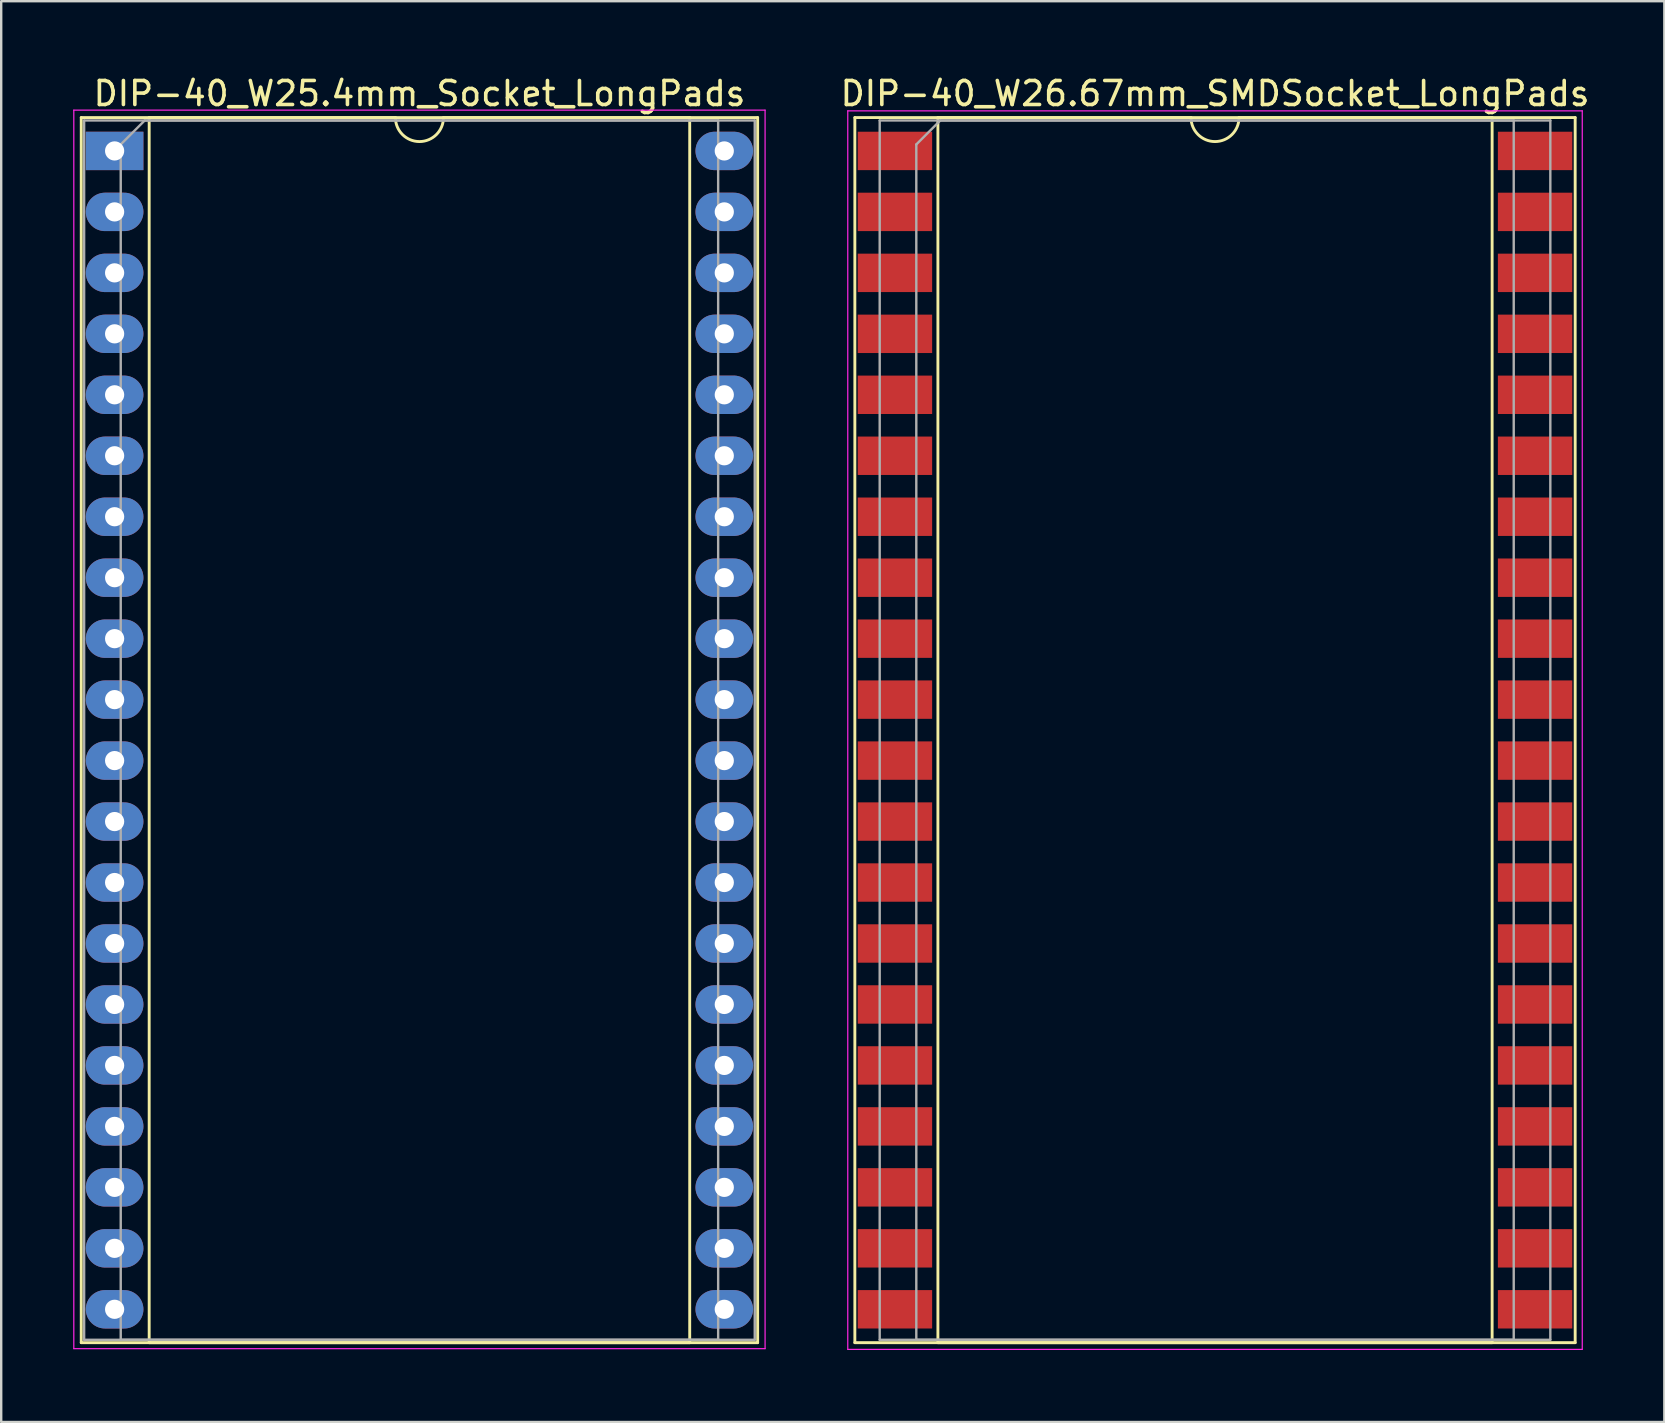
<source format=kicad_pcb>
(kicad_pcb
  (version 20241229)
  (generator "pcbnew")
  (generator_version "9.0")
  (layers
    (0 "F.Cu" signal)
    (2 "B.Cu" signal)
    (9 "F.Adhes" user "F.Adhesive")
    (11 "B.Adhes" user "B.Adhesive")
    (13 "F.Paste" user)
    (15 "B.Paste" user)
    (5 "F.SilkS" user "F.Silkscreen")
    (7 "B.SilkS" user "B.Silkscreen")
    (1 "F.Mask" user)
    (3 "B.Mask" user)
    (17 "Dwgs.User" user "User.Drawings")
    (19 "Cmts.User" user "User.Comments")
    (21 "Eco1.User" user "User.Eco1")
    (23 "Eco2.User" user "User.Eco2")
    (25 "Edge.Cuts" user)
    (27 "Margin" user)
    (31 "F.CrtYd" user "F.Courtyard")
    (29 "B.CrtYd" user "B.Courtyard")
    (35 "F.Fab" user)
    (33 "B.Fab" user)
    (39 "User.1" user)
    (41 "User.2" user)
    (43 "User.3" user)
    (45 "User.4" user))
  (footprint "DIP-40_W25.4mm_Socket_LongPads"
    (layer "F.Cu")
    (at 1.725 3.238)
    (property "Reference" "DIP-40_W25.4mm_Socket_LongPads" (at 12.7 -2.39 0) (layer "F.SilkS") (effects (font (size 1 1) (thickness 0.15))))
    (attr through_hole)
    (fp_line (start -1.39 -1.39) (end -1.39 49.65) (stroke (width 0.12) (type solid)) (layer "F.SilkS"))
    (fp_line (start -1.39 49.65) (end 26.79 49.65) (stroke (width 0.12) (type solid)) (layer "F.SilkS"))
    (fp_line (start 1.44 -1.39) (end 1.44 49.65) (stroke (width 0.12) (type solid)) (layer "F.SilkS"))
    (fp_line (start 1.44 49.65) (end 23.96 49.65) (stroke (width 0.12) (type solid)) (layer "F.SilkS"))
    (fp_line (start 11.7 -1.39) (end 1.44 -1.39) (stroke (width 0.12) (type solid)) (layer "F.SilkS"))
    (fp_line (start 23.96 -1.39) (end 13.7 -1.39) (stroke (width 0.12) (type solid)) (layer "F.SilkS"))
    (fp_line (start 23.96 49.65) (end 23.96 -1.39) (stroke (width 0.12) (type solid)) (layer "F.SilkS"))
    (fp_line (start 26.79 -1.39) (end -1.39 -1.39) (stroke (width 0.12) (type solid)) (layer "F.SilkS"))
    (fp_line (start 26.79 49.65) (end 26.79 -1.39) (stroke (width 0.12) (type solid)) (layer "F.SilkS"))
    (fp_arc (start 13.7 -1.39) (mid 12.7 -0.39) (end 11.7 -1.39) (stroke (width 0.12) (type solid)) (layer "F.SilkS"))
    (fp_line (start -1.7 -1.7) (end -1.7 49.9) (stroke (width 0.05) (type solid)) (layer "F.CrtYd"))
    (fp_line (start -1.7 49.9) (end 27.1 49.9) (stroke (width 0.05) (type solid)) (layer "F.CrtYd"))
    (fp_line (start 27.1 -1.7) (end -1.7 -1.7) (stroke (width 0.05) (type solid)) (layer "F.CrtYd"))
    (fp_line (start 27.1 49.9) (end 27.1 -1.7) (stroke (width 0.05) (type solid)) (layer "F.CrtYd"))
    (fp_line (start -1.27 -1.27) (end -1.27 49.53) (stroke (width 0.1) (type solid)) (layer "F.Fab"))
    (fp_line (start -1.27 49.53) (end 26.67 49.53) (stroke (width 0.1) (type solid)) (layer "F.Fab"))
    (fp_line (start 0.255 -0.27) (end 1.255 -1.27) (stroke (width 0.1) (type solid)) (layer "F.Fab"))
    (fp_line (start 0.255 49.53) (end 0.255 -0.27) (stroke (width 0.1) (type solid)) (layer "F.Fab"))
    (fp_line (start 1.255 -1.27) (end 25.145 -1.27) (stroke (width 0.1) (type solid)) (layer "F.Fab"))
    (fp_line (start 25.145 -1.27) (end 25.145 49.53) (stroke (width 0.1) (type solid)) (layer "F.Fab"))
    (fp_line (start 25.145 49.53) (end 0.255 49.53) (stroke (width 0.1) (type solid)) (layer "F.Fab"))
    (fp_line (start 26.67 -1.27) (end -1.27 -1.27) (stroke (width 0.1) (type solid)) (layer "F.Fab"))
    (fp_line (start 26.67 49.53) (end 26.67 -1.27) (stroke (width 0.1) (type solid)) (layer "F.Fab"))
    (pad "1" thru_hole rect (at 0 0) (size 2.4 1.6) (drill 0.8) (layers "*.Cu" "*.Mask"))
    (pad "2" thru_hole oval (at 0 2.54) (size 2.4 1.6) (drill 0.8) (layers "*.Cu" "*.Mask"))
    (pad "3" thru_hole oval (at 0 5.08) (size 2.4 1.6) (drill 0.8) (layers "*.Cu" "*.Mask"))
    (pad "4" thru_hole oval (at 0 7.62) (size 2.4 1.6) (drill 0.8) (layers "*.Cu" "*.Mask"))
    (pad "5" thru_hole oval (at 0 10.16) (size 2.4 1.6) (drill 0.8) (layers "*.Cu" "*.Mask"))
    (pad "6" thru_hole oval (at 0 12.7) (size 2.4 1.6) (drill 0.8) (layers "*.Cu" "*.Mask"))
    (pad "7" thru_hole oval (at 0 15.24) (size 2.4 1.6) (drill 0.8) (layers "*.Cu" "*.Mask"))
    (pad "8" thru_hole oval (at 0 17.78) (size 2.4 1.6) (drill 0.8) (layers "*.Cu" "*.Mask"))
    (pad "9" thru_hole oval (at 0 20.32) (size 2.4 1.6) (drill 0.8) (layers "*.Cu" "*.Mask"))
    (pad "10" thru_hole oval (at 0 22.86) (size 2.4 1.6) (drill 0.8) (layers "*.Cu" "*.Mask"))
    (pad "11" thru_hole oval (at 0 25.4) (size 2.4 1.6) (drill 0.8) (layers "*.Cu" "*.Mask"))
    (pad "12" thru_hole oval (at 0 27.94) (size 2.4 1.6) (drill 0.8) (layers "*.Cu" "*.Mask"))
    (pad "13" thru_hole oval (at 0 30.48) (size 2.4 1.6) (drill 0.8) (layers "*.Cu" "*.Mask"))
    (pad "14" thru_hole oval (at 0 33.02) (size 2.4 1.6) (drill 0.8) (layers "*.Cu" "*.Mask"))
    (pad "15" thru_hole oval (at 0 35.56) (size 2.4 1.6) (drill 0.8) (layers "*.Cu" "*.Mask"))
    (pad "16" thru_hole oval (at 0 38.1) (size 2.4 1.6) (drill 0.8) (layers "*.Cu" "*.Mask"))
    (pad "17" thru_hole oval (at 0 40.64) (size 2.4 1.6) (drill 0.8) (layers "*.Cu" "*.Mask"))
    (pad "18" thru_hole oval (at 0 43.18) (size 2.4 1.6) (drill 0.8) (layers "*.Cu" "*.Mask"))
    (pad "19" thru_hole oval (at 0 45.72) (size 2.4 1.6) (drill 0.8) (layers "*.Cu" "*.Mask"))
    (pad "20" thru_hole oval (at 0 48.26) (size 2.4 1.6) (drill 0.8) (layers "*.Cu" "*.Mask"))
    (pad "21" thru_hole oval (at 25.4 48.26) (size 2.4 1.6) (drill 0.8) (layers "*.Cu" "*.Mask"))
    (pad "22" thru_hole oval (at 25.4 45.72) (size 2.4 1.6) (drill 0.8) (layers "*.Cu" "*.Mask"))
    (pad "23" thru_hole oval (at 25.4 43.18) (size 2.4 1.6) (drill 0.8) (layers "*.Cu" "*.Mask"))
    (pad "24" thru_hole oval (at 25.4 40.64) (size 2.4 1.6) (drill 0.8) (layers "*.Cu" "*.Mask"))
    (pad "25" thru_hole oval (at 25.4 38.1) (size 2.4 1.6) (drill 0.8) (layers "*.Cu" "*.Mask"))
    (pad "26" thru_hole oval (at 25.4 35.56) (size 2.4 1.6) (drill 0.8) (layers "*.Cu" "*.Mask"))
    (pad "27" thru_hole oval (at 25.4 33.02) (size 2.4 1.6) (drill 0.8) (layers "*.Cu" "*.Mask"))
    (pad "28" thru_hole oval (at 25.4 30.48) (size 2.4 1.6) (drill 0.8) (layers "*.Cu" "*.Mask"))
    (pad "29" thru_hole oval (at 25.4 27.94) (size 2.4 1.6) (drill 0.8) (layers "*.Cu" "*.Mask"))
    (pad "30" thru_hole oval (at 25.4 25.4) (size 2.4 1.6) (drill 0.8) (layers "*.Cu" "*.Mask"))
    (pad "31" thru_hole oval (at 25.4 22.86) (size 2.4 1.6) (drill 0.8) (layers "*.Cu" "*.Mask"))
    (pad "32" thru_hole oval (at 25.4 20.32) (size 2.4 1.6) (drill 0.8) (layers "*.Cu" "*.Mask"))
    (pad "33" thru_hole oval (at 25.4 17.78) (size 2.4 1.6) (drill 0.8) (layers "*.Cu" "*.Mask"))
    (pad "34" thru_hole oval (at 25.4 15.24) (size 2.4 1.6) (drill 0.8) (layers "*.Cu" "*.Mask"))
    (pad "35" thru_hole oval (at 25.4 12.7) (size 2.4 1.6) (drill 0.8) (layers "*.Cu" "*.Mask"))
    (pad "36" thru_hole oval (at 25.4 10.16) (size 2.4 1.6) (drill 0.8) (layers "*.Cu" "*.Mask"))
    (pad "37" thru_hole oval (at 25.4 7.62) (size 2.4 1.6) (drill 0.8) (layers "*.Cu" "*.Mask"))
    (pad "38" thru_hole oval (at 25.4 5.08) (size 2.4 1.6) (drill 0.8) (layers "*.Cu" "*.Mask"))
    (pad "39" thru_hole oval (at 25.4 2.54) (size 2.4 1.6) (drill 0.8) (layers "*.Cu" "*.Mask"))
    (pad "40" thru_hole oval (at 25.4 0) (size 2.4 1.6) (drill 0.8) (layers "*.Cu" "*.Mask")))
  (footprint "DIP-40_W26.67mm_SMDSocket_LongPads"
    (layer "F.Cu")
    (at 47.57 27.368)
    (property "Reference" "DIP-40_W26.67mm_SMDSocket_LongPads" (at 0 -26.52 0) (layer "F.SilkS") (effects (font (size 1 1) (thickness 0.15))))
    (attr smd)
    (fp_line (start -15.005 -25.52) (end -15.005 25.52) (stroke (width 0.12) (type solid)) (layer "F.SilkS"))
    (fp_line (start -15.005 25.52) (end 15.005 25.52) (stroke (width 0.12) (type solid)) (layer "F.SilkS"))
    (fp_line (start -11.545 -25.52) (end -11.545 25.52) (stroke (width 0.12) (type solid)) (layer "F.SilkS"))
    (fp_line (start -11.545 25.52) (end 11.545 25.52) (stroke (width 0.12) (type solid)) (layer "F.SilkS"))
    (fp_line (start -1 -25.52) (end -11.545 -25.52) (stroke (width 0.12) (type solid)) (layer "F.SilkS"))
    (fp_line (start 11.545 -25.52) (end 1 -25.52) (stroke (width 0.12) (type solid)) (layer "F.SilkS"))
    (fp_line (start 11.545 25.52) (end 11.545 -25.52) (stroke (width 0.12) (type solid)) (layer "F.SilkS"))
    (fp_line (start 15.005 -25.52) (end -15.005 -25.52) (stroke (width 0.12) (type solid)) (layer "F.SilkS"))
    (fp_line (start 15.005 25.52) (end 15.005 -25.52) (stroke (width 0.12) (type solid)) (layer "F.SilkS"))
    (fp_arc (start 1 -25.52) (mid 0 -24.52) (end -1 -25.52) (stroke (width 0.12) (type solid)) (layer "F.SilkS"))
    (fp_line (start -15.3 -25.8) (end -15.3 25.8) (stroke (width 0.05) (type solid)) (layer "F.CrtYd"))
    (fp_line (start -15.3 25.8) (end 15.3 25.8) (stroke (width 0.05) (type solid)) (layer "F.CrtYd"))
    (fp_line (start 15.3 -25.8) (end -15.3 -25.8) (stroke (width 0.05) (type solid)) (layer "F.CrtYd"))
    (fp_line (start 15.3 25.8) (end 15.3 -25.8) (stroke (width 0.05) (type solid)) (layer "F.CrtYd"))
    (fp_line (start -13.97 -25.4) (end -13.97 25.4) (stroke (width 0.1) (type solid)) (layer "F.Fab"))
    (fp_line (start -13.97 25.4) (end 13.97 25.4) (stroke (width 0.1) (type solid)) (layer "F.Fab"))
    (fp_line (start -12.445 -24.4) (end -11.445 -25.4) (stroke (width 0.1) (type solid)) (layer "F.Fab"))
    (fp_line (start -12.445 25.4) (end -12.445 -24.4) (stroke (width 0.1) (type solid)) (layer "F.Fab"))
    (fp_line (start -11.445 -25.4) (end 12.445 -25.4) (stroke (width 0.1) (type solid)) (layer "F.Fab"))
    (fp_line (start 12.445 -25.4) (end 12.445 25.4) (stroke (width 0.1) (type solid)) (layer "F.Fab"))
    (fp_line (start 12.445 25.4) (end -12.445 25.4) (stroke (width 0.1) (type solid)) (layer "F.Fab"))
    (fp_line (start 13.97 -25.4) (end -13.97 -25.4) (stroke (width 0.1) (type solid)) (layer "F.Fab"))
    (fp_line (start 13.97 25.4) (end 13.97 -25.4) (stroke (width 0.1) (type solid)) (layer "F.Fab"))
    (pad "1" smd rect (at -13.335 -24.13) (size 3.1 1.6) (layers "F.Cu" "F.Mask"))
    (pad "2" smd rect (at -13.335 -21.59) (size 3.1 1.6) (layers "F.Cu" "F.Mask"))
    (pad "3" smd rect (at -13.335 -19.05) (size 3.1 1.6) (layers "F.Cu" "F.Mask"))
    (pad "4" smd rect (at -13.335 -16.51) (size 3.1 1.6) (layers "F.Cu" "F.Mask"))
    (pad "5" smd rect (at -13.335 -13.97) (size 3.1 1.6) (layers "F.Cu" "F.Mask"))
    (pad "6" smd rect (at -13.335 -11.43) (size 3.1 1.6) (layers "F.Cu" "F.Mask"))
    (pad "7" smd rect (at -13.335 -8.89) (size 3.1 1.6) (layers "F.Cu" "F.Mask"))
    (pad "8" smd rect (at -13.335 -6.35) (size 3.1 1.6) (layers "F.Cu" "F.Mask"))
    (pad "9" smd rect (at -13.335 -3.81) (size 3.1 1.6) (layers "F.Cu" "F.Mask"))
    (pad "10" smd rect (at -13.335 -1.27) (size 3.1 1.6) (layers "F.Cu" "F.Mask"))
    (pad "11" smd rect (at -13.335 1.27) (size 3.1 1.6) (layers "F.Cu" "F.Mask"))
    (pad "12" smd rect (at -13.335 3.81) (size 3.1 1.6) (layers "F.Cu" "F.Mask"))
    (pad "13" smd rect (at -13.335 6.35) (size 3.1 1.6) (layers "F.Cu" "F.Mask"))
    (pad "14" smd rect (at -13.335 8.89) (size 3.1 1.6) (layers "F.Cu" "F.Mask"))
    (pad "15" smd rect (at -13.335 11.43) (size 3.1 1.6) (layers "F.Cu" "F.Mask"))
    (pad "16" smd rect (at -13.335 13.97) (size 3.1 1.6) (layers "F.Cu" "F.Mask"))
    (pad "17" smd rect (at -13.335 16.51) (size 3.1 1.6) (layers "F.Cu" "F.Mask"))
    (pad "18" smd rect (at -13.335 19.05) (size 3.1 1.6) (layers "F.Cu" "F.Mask"))
    (pad "19" smd rect (at -13.335 21.59) (size 3.1 1.6) (layers "F.Cu" "F.Mask"))
    (pad "20" smd rect (at -13.335 24.13) (size 3.1 1.6) (layers "F.Cu" "F.Mask"))
    (pad "21" smd rect (at 13.335 24.13) (size 3.1 1.6) (layers "F.Cu" "F.Mask"))
    (pad "22" smd rect (at 13.335 21.59) (size 3.1 1.6) (layers "F.Cu" "F.Mask"))
    (pad "23" smd rect (at 13.335 19.05) (size 3.1 1.6) (layers "F.Cu" "F.Mask"))
    (pad "24" smd rect (at 13.335 16.51) (size 3.1 1.6) (layers "F.Cu" "F.Mask"))
    (pad "25" smd rect (at 13.335 13.97) (size 3.1 1.6) (layers "F.Cu" "F.Mask"))
    (pad "26" smd rect (at 13.335 11.43) (size 3.1 1.6) (layers "F.Cu" "F.Mask"))
    (pad "27" smd rect (at 13.335 8.89) (size 3.1 1.6) (layers "F.Cu" "F.Mask"))
    (pad "28" smd rect (at 13.335 6.35) (size 3.1 1.6) (layers "F.Cu" "F.Mask"))
    (pad "29" smd rect (at 13.335 3.81) (size 3.1 1.6) (layers "F.Cu" "F.Mask"))
    (pad "30" smd rect (at 13.335 1.27) (size 3.1 1.6) (layers "F.Cu" "F.Mask"))
    (pad "31" smd rect (at 13.335 -1.27) (size 3.1 1.6) (layers "F.Cu" "F.Mask"))
    (pad "32" smd rect (at 13.335 -3.81) (size 3.1 1.6) (layers "F.Cu" "F.Mask"))
    (pad "33" smd rect (at 13.335 -6.35) (size 3.1 1.6) (layers "F.Cu" "F.Mask"))
    (pad "34" smd rect (at 13.335 -8.89) (size 3.1 1.6) (layers "F.Cu" "F.Mask"))
    (pad "35" smd rect (at 13.335 -11.43) (size 3.1 1.6) (layers "F.Cu" "F.Mask"))
    (pad "36" smd rect (at 13.335 -13.97) (size 3.1 1.6) (layers "F.Cu" "F.Mask"))
    (pad "37" smd rect (at 13.335 -16.51) (size 3.1 1.6) (layers "F.Cu" "F.Mask"))
    (pad "38" smd rect (at 13.335 -19.05) (size 3.1 1.6) (layers "F.Cu" "F.Mask"))
    (pad "39" smd rect (at 13.335 -21.59) (size 3.1 1.6) (layers "F.Cu" "F.Mask"))
    (pad "40" smd rect (at 13.335 -24.13) (size 3.1 1.6) (layers "F.Cu" "F.Mask")))
  (gr_rect
    (start -3 -3)
    (end 66.29 56.193)
    (stroke (width 0.1) (type default))
    (fill no)
    (layer "Edge.Cuts")))
</source>
